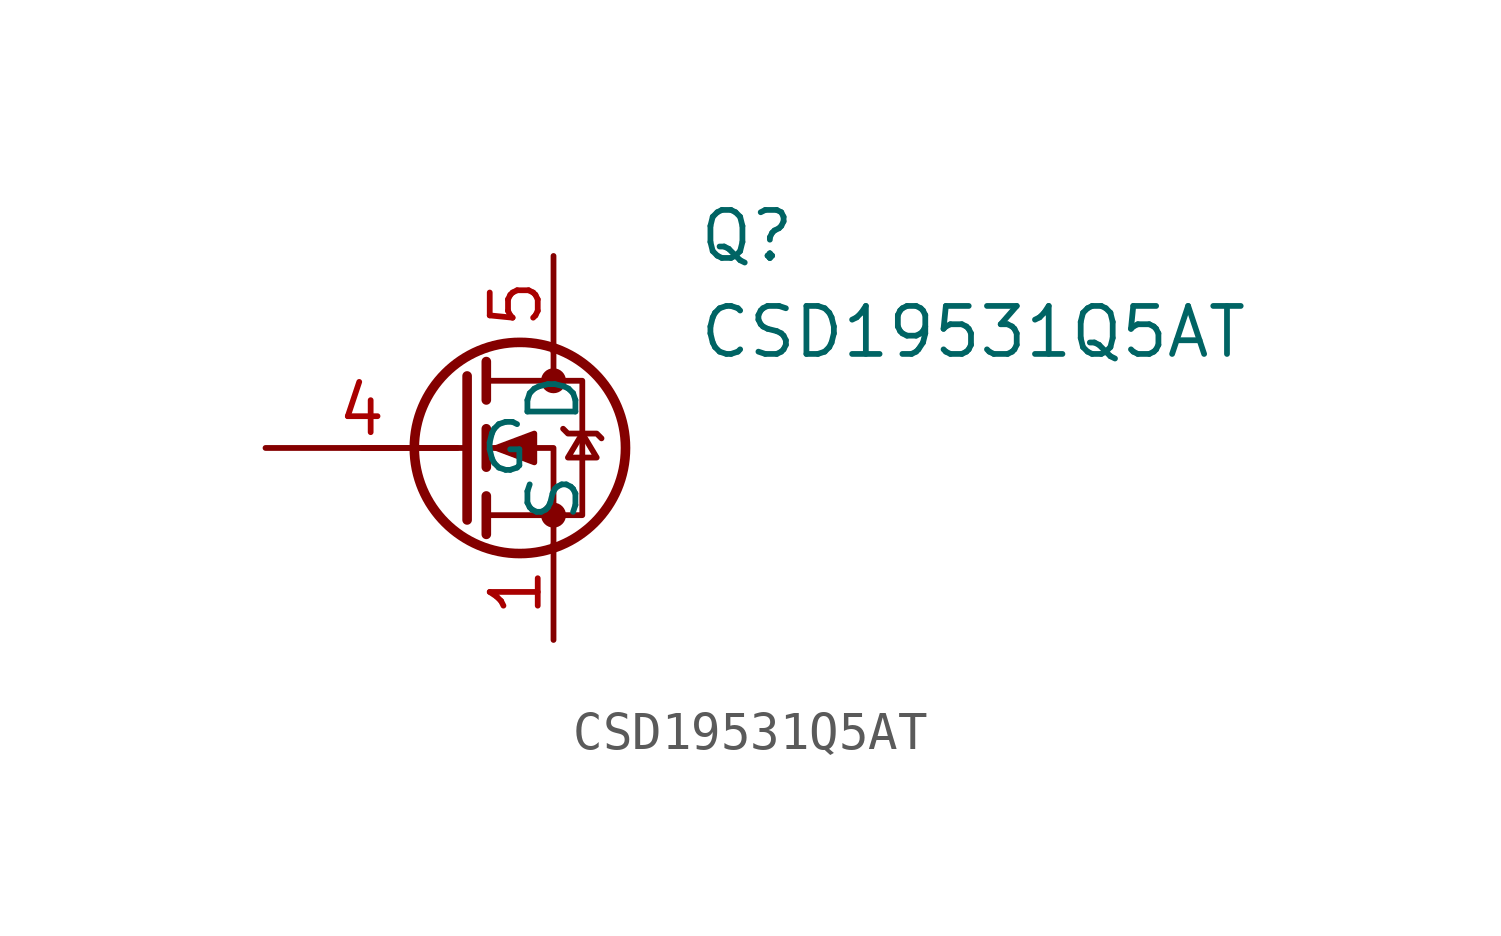
<source format=kicad_sym>
(kicad_symbol_lib
  (version 20241209)
  (generator "kicad_symbol_editor")
  (generator_version "9.0")
  (symbol "CSD19531Q5AT"
    (property "Reference" "Q"
      (at 21.59 7.62 0)
      (effects (font (size 1.27 1.27)) (justify left top)))
    (property "Value" "CSD19531Q5AT"
      (at 21.59 5.08 0)
      (effects (font (size 1.27 1.27)) (justify left top)))
    (symbol "CSD19531Q5AT_0_1"
      (polyline (pts (xy 15.494 3.175) (xy 15.494 -0.635)) (stroke (width 0.254) (type default)) (fill (type none)))
      (polyline (pts (xy 15.494 1.27) (xy 12.7 1.27)) (stroke (width 0) (type default)) (fill (type none)))
      (polyline (pts (xy 16.002 3.556) (xy 16.002 2.54)) (stroke (width 0.254) (type default)) (fill (type none)))
      (polyline (pts (xy 16.002 1.778) (xy 16.002 0.762)) (stroke (width 0.254) (type default)) (fill (type none)))
      (polyline (pts (xy 16.002 0) (xy 16.002 -1.016)) (stroke (width 0.254) (type default)) (fill (type none)))
      (polyline (pts (xy 16.002 -0.508) (xy 18.542 -0.508) (xy 18.542 3.048) (xy 16.002 3.048)) (stroke (width 0) (type default)) (fill (type none)))
      (polyline (pts (xy 16.256 1.27) (xy 17.272 1.651) (xy 17.272 0.889) (xy 16.256 1.27)) (stroke (width 0) (type default)) (fill (type outline)))
      (circle (center 16.891 1.27) (radius 2.794) (stroke (width 0.254) (type default)) (fill (type none)))
      (polyline (pts (xy 17.78 3.81) (xy 17.78 3.048)) (stroke (width 0) (type default)) (fill (type none)))
      (circle (center 17.78 3.048) (radius 0.254) (stroke (width 0) (type default)) (fill (type outline)))
      (circle (center 17.78 -0.508) (radius 0.254) (stroke (width 0) (type default)) (fill (type outline)))
      (polyline (pts (xy 17.78 -1.27) (xy 17.78 1.27) (xy 16.002 1.27)) (stroke (width 0) (type default)) (fill (type none)))
      (polyline (pts (xy 18.034 1.778) (xy 18.161 1.651) (xy 18.923 1.651) (xy 19.05 1.524)) (stroke (width 0) (type default)) (fill (type none)))
      (polyline (pts (xy 18.542 1.651) (xy 18.161 1.016) (xy 18.923 1.016) (xy 18.542 1.651)) (stroke (width 0) (type default)) (fill (type none))))
    (symbol "CSD19531Q5AT_1_1"
      (pin input line (at 10.16 1.27 0) (length 5.08) (name "G" (effects (font (size 1.27 1.27)))) (number "4" (effects (font (size 1.27 1.27)))))
      (pin passive line (at 17.78 6.35 270) (length 2.54) (name "D" (effects (font (size 1.27 1.27)))) (number "5" (effects (font (size 1.27 1.27)))))
      (pin passive line (at 17.78 6.35 270) (length 2.54) (hide yes) (name "D" (effects (font (size 1.27 1.27)))) (number "6" (effects (font (size 1.27 1.27)))))
      (pin passive line (at 17.78 6.35 270) (length 2.54) (hide yes) (name "D" (effects (font (size 1.27 1.27)))) (number "7" (effects (font (size 1.27 1.27)))))
      (pin passive line (at 17.78 6.35 270) (length 2.54) (hide yes) (name "D" (effects (font (size 1.27 1.27)))) (number "8" (effects (font (size 1.27 1.27)))))
      (pin passive line (at 17.78 6.35 270) (length 2.54) (hide yes) (name "D" (effects (font (size 1.27 1.27)))) (number "9" (effects (font (size 1.27 1.27)))))
      (pin passive line (at 17.78 -3.81 90) (length 2.54) (name "S" (effects (font (size 1.27 1.27)))) (number "1" (effects (font (size 1.27 1.27)))))
      (pin passive line (at 17.78 -3.81 90) (length 2.54) (hide yes) (name "S" (effects (font (size 1.27 1.27)))) (number "2" (effects (font (size 1.27 1.27)))))
      (pin passive line (at 17.78 -3.81 90) (length 2.54) (hide yes) (name "S" (effects (font (size 1.27 1.27)))) (number "3" (effects (font (size 1.27 1.27))))))))
</source>
